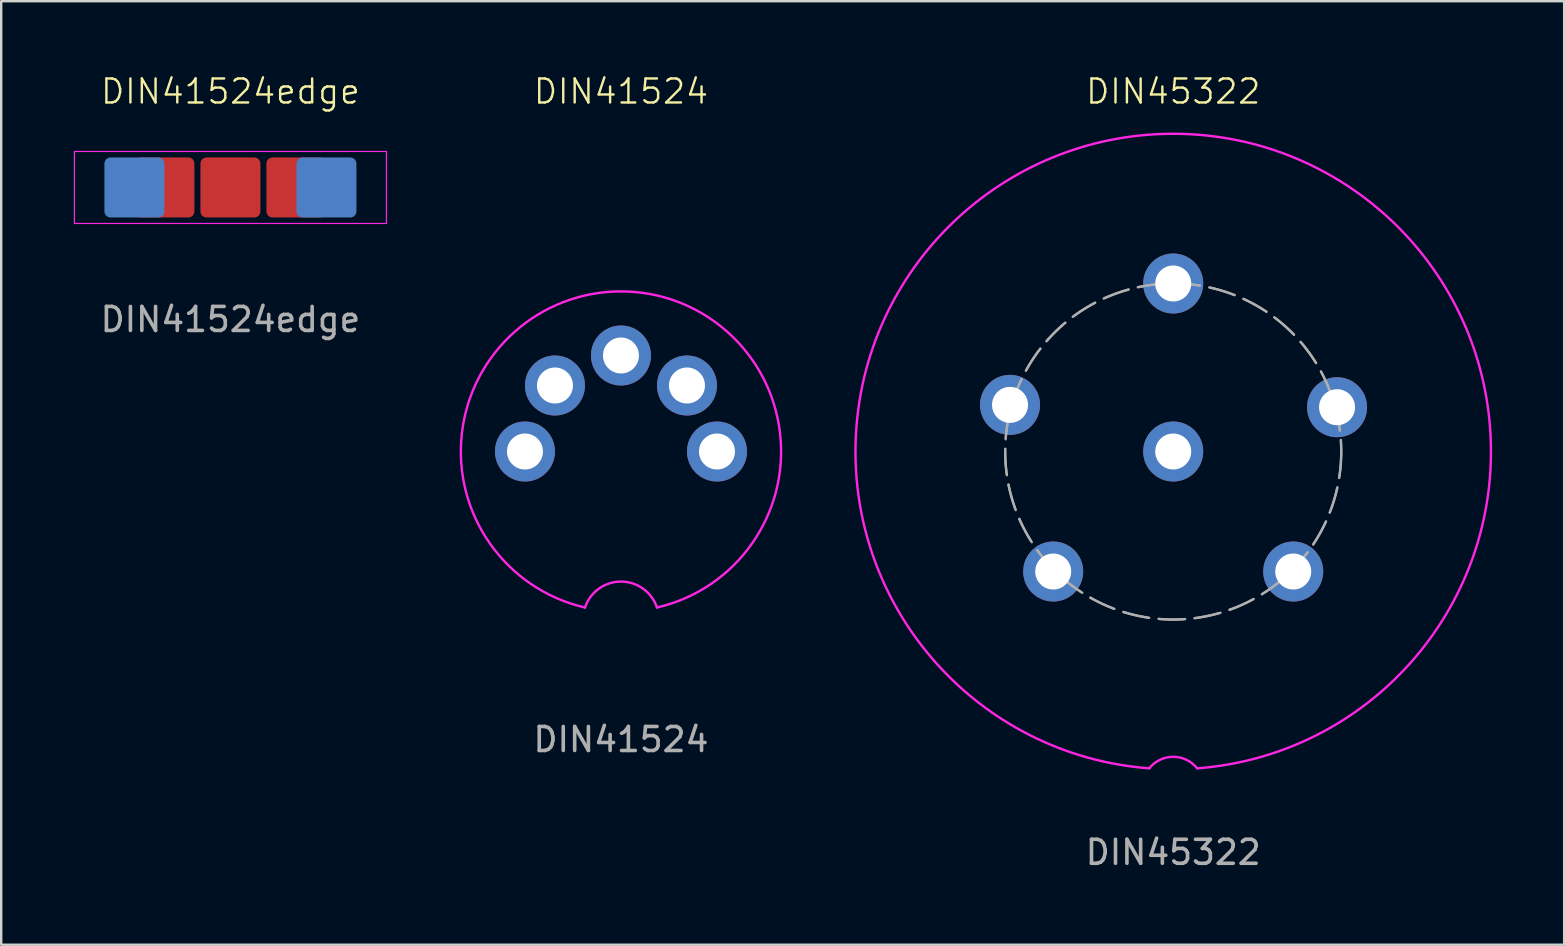
<source format=kicad_pcb>
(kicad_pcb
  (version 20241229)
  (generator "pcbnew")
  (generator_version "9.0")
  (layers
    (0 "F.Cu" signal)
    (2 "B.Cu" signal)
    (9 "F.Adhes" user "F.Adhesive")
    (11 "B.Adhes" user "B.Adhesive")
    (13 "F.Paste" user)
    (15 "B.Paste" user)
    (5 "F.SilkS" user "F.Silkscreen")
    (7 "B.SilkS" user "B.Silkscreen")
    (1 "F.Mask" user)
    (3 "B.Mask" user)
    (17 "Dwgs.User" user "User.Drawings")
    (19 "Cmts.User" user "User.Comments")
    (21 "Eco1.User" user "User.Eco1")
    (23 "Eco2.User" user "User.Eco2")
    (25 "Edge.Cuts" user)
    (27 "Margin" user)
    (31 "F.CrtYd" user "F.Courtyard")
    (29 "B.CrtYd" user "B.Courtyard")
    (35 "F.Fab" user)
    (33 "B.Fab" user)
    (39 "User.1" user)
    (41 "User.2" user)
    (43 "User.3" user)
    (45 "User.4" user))
  (footprint "DIN41524"
    (layer "F.Cu")
    (at 22.821 15.761)
    (property "Reference" "DIN41524" (at 0 -15 0) (unlocked yes) (layer "F.SilkS") (effects (font (size 1 1) (thickness 0.1))))
    (attr through_hole)
    (fp_arc (start -1.5 6.5) (mid 0 5.418861) (end 1.5 6.5) (stroke (width 0.1) (type default)) (layer "F.CrtYd"))
    (fp_arc (start -1.5 6.5) (mid 0 -6.670832) (end 1.500001 6.5) (stroke (width 0.1) (type default)) (layer "F.CrtYd"))
    (fp_text user "${REFERENCE}" (at 0 12 0) (unlocked yes) (layer "F.Fab") (effects (font (size 1 1) (thickness 0.15))))
    (pad "1" thru_hole circle (at -4 0) (size 2.5 2.5) (drill 1.5) (layers "*.Cu" "*.Mask"))
    (pad "2" thru_hole circle (at 0 -4) (size 2.5 2.5) (drill 1.5) (layers "*.Cu" "*.Mask"))
    (pad "3" thru_hole circle (at 4 0) (size 2.5 2.5) (drill 1.5) (layers "*.Cu" "*.Mask"))
    (pad "4" thru_hole circle (at -2.75 -2.75) (size 2.5 2.5) (drill 1.5) (layers "*.Cu" "*.Mask"))
    (pad "5" thru_hole circle (at 2.75 -2.75) (size 2.5 2.5) (drill 1.5) (layers "*.Cu" "*.Mask")))
  (footprint "DIN41524edge"
    (layer "F.Cu")
    (at 6.55 4.761)
    (property "Reference" "DIN41524edge" (at 0 -4 0) (unlocked yes) (layer "F.SilkS") (effects (font (size 1 1) (thickness 0.1))))
    (attr through_hole)
    (fp_rect (start -6.5 -1.5) (end 6.5 1.5) (stroke (width 0.05) (type default)) (fill no) (layer "F.CrtYd"))
    (fp_line (start -6 1.5) (end -6 10.5) (stroke (width 0.1) (type default)) (layer "User.1"))
    (fp_line (start -5.5 1.5) (end -5.5 10.5) (stroke (width 0.1) (type default)) (layer "User.1"))
    (fp_line (start -5 1.5) (end -5 10.5) (stroke (width 0.1) (type default)) (layer "User.1"))
    (fp_line (start -4 10.5) (end -4 1.5) (stroke (width 0.1) (type default)) (layer "User.1"))
    (fp_line (start -2.5 1.5) (end -2.5 10.5) (stroke (width 0.1) (type default)) (layer "User.1"))
    (fp_line (start 2.5 10.5) (end 2.5 1.5) (stroke (width 0.1) (type default)) (layer "User.1"))
    (fp_line (start 4 10.5) (end 4 1.5) (stroke (width 0.1) (type default)) (layer "User.1"))
    (fp_line (start 5 10.5) (end 5 1.5) (stroke (width 0.1) (type default)) (layer "User.1"))
    (fp_line (start 5.5 1.5) (end 5.5 10.5) (stroke (width 0.1) (type default)) (layer "User.1"))
    (fp_line (start 6 10.5) (end 6 1.5) (stroke (width 0.1) (type default)) (layer "User.1"))
    (fp_rect (start -6.5 1.5) (end 6.5 10.5) (stroke (width 0.1) (type default)) (fill no) (layer "User.1"))
    (fp_text user "${REFERENCE}" (at 0 5.5 0) (unlocked yes) (layer "F.Fab") (effects (font (size 1 1) (thickness 0.15))))
    (pad "1" smd roundrect (at 4 0 180) (size 2.5 2.5) (layers "B.Cu" "B.Mask" "B.Paste") (roundrect_rratio 0.1))
    (pad "2" smd roundrect (at 0 0 180) (size 2.5 2.5) (layers "F.Cu" "F.Mask" "F.Paste") (roundrect_rratio 0.1))
    (pad "3" smd roundrect (at -4 0 180) (size 2.5 2.5) (layers "B.Cu" "B.Mask" "B.Paste") (roundrect_rratio 0.1))
    (pad "4" smd roundrect (at 2.75 0 180) (size 2.5 2.5) (layers "F.Cu" "F.Mask" "F.Paste") (roundrect_rratio 0.1))
    (pad "5" smd roundrect (at -2.75 0 180) (size 2.5 2.5) (layers "F.Cu" "F.Mask" "F.Paste") (roundrect_rratio 0.1)))
  (footprint "DIN45322"
    (layer "F.Cu")
    (at 45.829 15.761)
    (property "Reference" "DIN45322" (at 0 -15 0) (unlocked yes) (layer "F.SilkS") (effects (font (size 1 1) (thickness 0.1))))
    (attr through_hole)
    (fp_arc (start -1 13.199999) (mid 0 -13.237824) (end 1 13.199999) (stroke (width 0.1) (type default)) (layer "F.CrtYd"))
    (fp_arc (start -1 13.199999) (mid 0 12.719375) (end 1 13.199999) (stroke (width 0.1) (type default)) (layer "F.CrtYd"))
    (fp_circle (center 0 0) (end 7 0) (stroke (width 0.1) (type dash)) (fill no) (layer "F.Fab"))
    (fp_text user "${REFERENCE}" (at 0 16.7 0) (unlocked yes) (layer "F.Fab") (effects (font (size 1 1) (thickness 0.15))))
    (pad "1" thru_hole circle (at -5 5) (size 2.5 2.5) (drill 1.5) (layers "*.Cu" "*.Mask"))
    (pad "2" thru_hole circle (at -6.799 -1.943) (size 2.5 2.5) (drill 1.5) (layers "*.Cu" "*.Mask"))
    (pad "3" thru_hole circle (at 0 -7) (size 2.5 2.5) (drill 1.5) (layers "*.Cu" "*.Mask"))
    (pad "4" thru_hole circle (at 6.826 -1.845) (size 2.5 2.5) (drill 1.5) (layers "*.Cu" "*.Mask"))
    (pad "5" thru_hole circle (at 5 5) (size 2.5 2.5) (drill 1.5) (layers "*.Cu" "*.Mask"))
    (pad "6" thru_hole circle (at 0 0) (size 2.5 2.5) (drill 1.5) (layers "*.Cu" "*.Mask")))
  (gr_rect
    (start -3 -3)
    (end 62.117 36.309)
    (stroke (width 0.1) (type default))
    (fill no)
    (layer "Edge.Cuts")))
</source>
